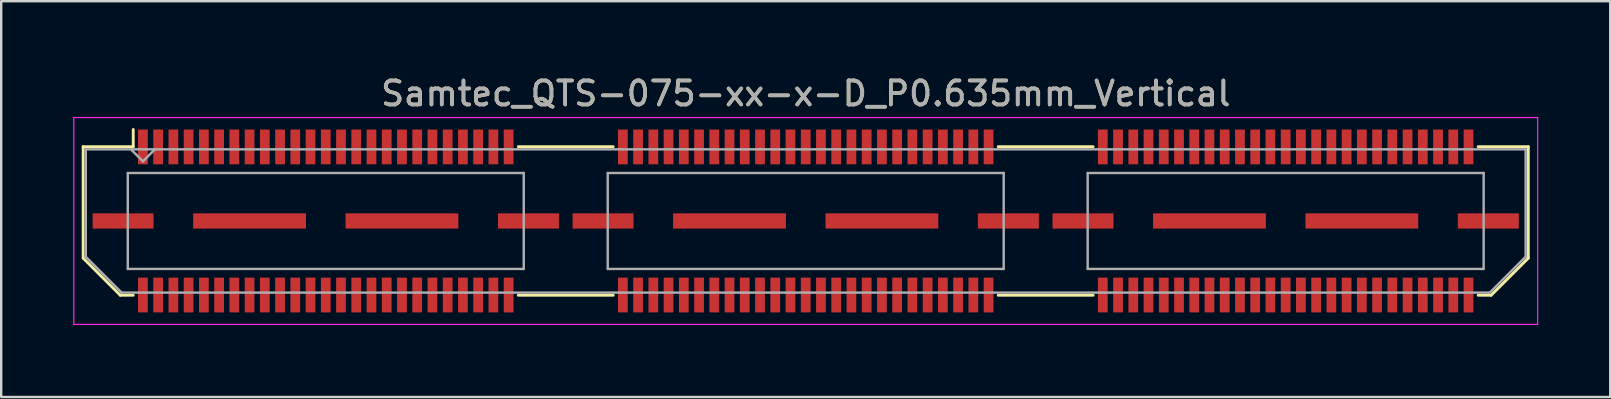
<source format=kicad_pcb>
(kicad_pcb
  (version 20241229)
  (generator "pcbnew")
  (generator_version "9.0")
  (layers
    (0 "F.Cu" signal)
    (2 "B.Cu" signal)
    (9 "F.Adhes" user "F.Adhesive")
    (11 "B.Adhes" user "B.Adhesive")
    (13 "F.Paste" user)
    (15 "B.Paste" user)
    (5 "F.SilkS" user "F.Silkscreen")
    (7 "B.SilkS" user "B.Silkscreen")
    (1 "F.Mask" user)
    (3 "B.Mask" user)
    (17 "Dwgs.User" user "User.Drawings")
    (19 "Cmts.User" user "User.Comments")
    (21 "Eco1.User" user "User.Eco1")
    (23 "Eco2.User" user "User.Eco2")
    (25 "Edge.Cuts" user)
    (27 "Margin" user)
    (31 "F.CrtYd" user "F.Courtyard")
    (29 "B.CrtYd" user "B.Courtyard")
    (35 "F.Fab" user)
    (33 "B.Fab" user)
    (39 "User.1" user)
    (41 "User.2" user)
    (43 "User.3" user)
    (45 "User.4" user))
  (footprint "Samtec_QTS-075-xx-x-D_P0.635mm_Vertical"
    (layer "F.Cu")
    (at 30.525 6.158)
    (property "Reference" "Samtec_QTS-075-xx-x-D_P0.635mm_Vertical" (at 0 -5.31 0) (layer "F.SilkS") (effects (font (size 1 1) (thickness 0.15))))
    (attr smd)
    (fp_line (start -30.11 -3.095) (end -30.11 1.548) (stroke (width 0.12) (type solid)) (layer "F.SilkS"))
    (fp_line (start -30.11 1.548) (end -28.562 3.095) (stroke (width 0.12) (type solid)) (layer "F.SilkS"))
    (fp_line (start -28.562 3.095) (end -28.023 3.095) (stroke (width 0.12) (type solid)) (layer "F.SilkS"))
    (fp_line (start -28.023 -3.811) (end -28.023 -3.095) (stroke (width 0.12) (type solid)) (layer "F.SilkS"))
    (fp_line (start -28.023 -3.095) (end -30.11 -3.095) (stroke (width 0.12) (type solid)) (layer "F.SilkS"))
    (fp_line (start -11.977 -3.095) (end -8.023 -3.095) (stroke (width 0.12) (type solid)) (layer "F.SilkS"))
    (fp_line (start -11.977 3.095) (end -8.023 3.095) (stroke (width 0.12) (type solid)) (layer "F.SilkS"))
    (fp_line (start 8.023 -3.095) (end 11.977 -3.095) (stroke (width 0.12) (type solid)) (layer "F.SilkS"))
    (fp_line (start 8.023 3.095) (end 11.977 3.095) (stroke (width 0.12) (type solid)) (layer "F.SilkS"))
    (fp_line (start 28.023 -3.095) (end 30.11 -3.095) (stroke (width 0.12) (type solid)) (layer "F.SilkS"))
    (fp_line (start 28.562 3.095) (end 28.023 3.095) (stroke (width 0.12) (type solid)) (layer "F.SilkS"))
    (fp_line (start 30.11 -3.095) (end 30.11 1.548) (stroke (width 0.12) (type solid)) (layer "F.SilkS"))
    (fp_line (start 30.11 1.548) (end 28.562 3.095) (stroke (width 0.12) (type solid)) (layer "F.SilkS"))
    (fp_line (start -30.5 -4.31) (end -30.5 4.31) (stroke (width 0.05) (type solid)) (layer "F.CrtYd"))
    (fp_line (start -30.5 4.31) (end 30.5 4.31) (stroke (width 0.05) (type solid)) (layer "F.CrtYd"))
    (fp_line (start 30.5 -4.31) (end -30.5 -4.31) (stroke (width 0.05) (type solid)) (layer "F.CrtYd"))
    (fp_line (start 30.5 4.31) (end 30.5 -4.31) (stroke (width 0.05) (type solid)) (layer "F.CrtYd"))
    (fp_line (start -30 -2.985) (end -30 1.492) (stroke (width 0.1) (type solid)) (layer "F.Fab"))
    (fp_line (start -30 -2.985) (end 30 -2.985) (stroke (width 0.1) (type solid)) (layer "F.Fab"))
    (fp_line (start -30 1.492) (end -28.508 2.985) (stroke (width 0.1) (type solid)) (layer "F.Fab"))
    (fp_line (start -28.508 2.985) (end 28.508 2.985) (stroke (width 0.1) (type solid)) (layer "F.Fab"))
    (fp_line (start -28.25 -2) (end -28.25 2) (stroke (width 0.1) (type solid)) (layer "F.Fab"))
    (fp_line (start -28.25 2) (end -11.75 2) (stroke (width 0.1) (type solid)) (layer "F.Fab"))
    (fp_line (start -27.62 -2.485) (end -28.12 -2.985) (stroke (width 0.1) (type solid)) (layer "F.Fab"))
    (fp_line (start -27.12 -2.985) (end -27.62 -2.485) (stroke (width 0.1) (type solid)) (layer "F.Fab"))
    (fp_line (start -11.75 -2) (end -28.25 -2) (stroke (width 0.1) (type solid)) (layer "F.Fab"))
    (fp_line (start -11.75 2) (end -11.75 -2) (stroke (width 0.1) (type solid)) (layer "F.Fab"))
    (fp_line (start -8.25 -2) (end -8.25 2) (stroke (width 0.1) (type solid)) (layer "F.Fab"))
    (fp_line (start -8.25 2) (end 8.25 2) (stroke (width 0.1) (type solid)) (layer "F.Fab"))
    (fp_line (start 8.25 -2) (end -8.25 -2) (stroke (width 0.1) (type solid)) (layer "F.Fab"))
    (fp_line (start 8.25 2) (end 8.25 -2) (stroke (width 0.1) (type solid)) (layer "F.Fab"))
    (fp_line (start 11.75 -2) (end 11.75 2) (stroke (width 0.1) (type solid)) (layer "F.Fab"))
    (fp_line (start 11.75 2) (end 28.25 2) (stroke (width 0.1) (type solid)) (layer "F.Fab"))
    (fp_line (start 28.25 -2) (end 11.75 -2) (stroke (width 0.1) (type solid)) (layer "F.Fab"))
    (fp_line (start 28.25 2) (end 28.25 -2) (stroke (width 0.1) (type solid)) (layer "F.Fab"))
    (fp_line (start 30 -2.985) (end 30 1.492) (stroke (width 0.1) (type solid)) (layer "F.Fab"))
    (fp_line (start 30 1.492) (end 28.508 2.985) (stroke (width 0.1) (type solid)) (layer "F.Fab"))
    (fp_text user "${REFERENCE}" (at 0 -5.31 0) (layer "F.Fab") (effects (font (size 1 1) (thickness 0.15))))
    (pad "1" smd rect (at -27.62 -3.086) (size 0.406 1.45) (layers "F.Cu" "F.Mask" "F.Paste"))
    (pad "2" smd rect (at -27.62 3.086) (size 0.406 1.45) (layers "F.Cu" "F.Mask" "F.Paste"))
    (pad "3" smd rect (at -26.985 -3.086) (size 0.406 1.45) (layers "F.Cu" "F.Mask" "F.Paste"))
    (pad "4" smd rect (at -26.985 3.086) (size 0.406 1.45) (layers "F.Cu" "F.Mask" "F.Paste"))
    (pad "5" smd rect (at -26.35 -3.086) (size 0.406 1.45) (layers "F.Cu" "F.Mask" "F.Paste"))
    (pad "6" smd rect (at -26.35 3.086) (size 0.406 1.45) (layers "F.Cu" "F.Mask" "F.Paste"))
    (pad "7" smd rect (at -25.715 -3.086) (size 0.406 1.45) (layers "F.Cu" "F.Mask" "F.Paste"))
    (pad "8" smd rect (at -25.715 3.086) (size 0.406 1.45) (layers "F.Cu" "F.Mask" "F.Paste"))
    (pad "9" smd rect (at -25.08 -3.086) (size 0.406 1.45) (layers "F.Cu" "F.Mask" "F.Paste"))
    (pad "10" smd rect (at -25.08 3.086) (size 0.406 1.45) (layers "F.Cu" "F.Mask" "F.Paste"))
    (pad "11" smd rect (at -24.445 -3.086) (size 0.406 1.45) (layers "F.Cu" "F.Mask" "F.Paste"))
    (pad "12" smd rect (at -24.445 3.086) (size 0.406 1.45) (layers "F.Cu" "F.Mask" "F.Paste"))
    (pad "13" smd rect (at -23.81 -3.086) (size 0.406 1.45) (layers "F.Cu" "F.Mask" "F.Paste"))
    (pad "14" smd rect (at -23.81 3.086) (size 0.406 1.45) (layers "F.Cu" "F.Mask" "F.Paste"))
    (pad "15" smd rect (at -23.175 -3.086) (size 0.406 1.45) (layers "F.Cu" "F.Mask" "F.Paste"))
    (pad "16" smd rect (at -23.175 3.086) (size 0.406 1.45) (layers "F.Cu" "F.Mask" "F.Paste"))
    (pad "17" smd rect (at -22.54 -3.086) (size 0.406 1.45) (layers "F.Cu" "F.Mask" "F.Paste"))
    (pad "18" smd rect (at -22.54 3.086) (size 0.406 1.45) (layers "F.Cu" "F.Mask" "F.Paste"))
    (pad "19" smd rect (at -21.905 -3.086) (size 0.406 1.45) (layers "F.Cu" "F.Mask" "F.Paste"))
    (pad "20" smd rect (at -21.905 3.086) (size 0.406 1.45) (layers "F.Cu" "F.Mask" "F.Paste"))
    (pad "21" smd rect (at -21.27 -3.086) (size 0.406 1.45) (layers "F.Cu" "F.Mask" "F.Paste"))
    (pad "22" smd rect (at -21.27 3.086) (size 0.406 1.45) (layers "F.Cu" "F.Mask" "F.Paste"))
    (pad "23" smd rect (at -20.635 -3.086) (size 0.406 1.45) (layers "F.Cu" "F.Mask" "F.Paste"))
    (pad "24" smd rect (at -20.635 3.086) (size 0.406 1.45) (layers "F.Cu" "F.Mask" "F.Paste"))
    (pad "25" smd rect (at -20 -3.086) (size 0.406 1.45) (layers "F.Cu" "F.Mask" "F.Paste"))
    (pad "26" smd rect (at -20 3.086) (size 0.406 1.45) (layers "F.Cu" "F.Mask" "F.Paste"))
    (pad "27" smd rect (at -19.365 -3.086) (size 0.406 1.45) (layers "F.Cu" "F.Mask" "F.Paste"))
    (pad "28" smd rect (at -19.365 3.086) (size 0.406 1.45) (layers "F.Cu" "F.Mask" "F.Paste"))
    (pad "29" smd rect (at -18.73 -3.086) (size 0.406 1.45) (layers "F.Cu" "F.Mask" "F.Paste"))
    (pad "30" smd rect (at -18.73 3.086) (size 0.406 1.45) (layers "F.Cu" "F.Mask" "F.Paste"))
    (pad "31" smd rect (at -18.095 -3.086) (size 0.406 1.45) (layers "F.Cu" "F.Mask" "F.Paste"))
    (pad "32" smd rect (at -18.095 3.086) (size 0.406 1.45) (layers "F.Cu" "F.Mask" "F.Paste"))
    (pad "33" smd rect (at -17.46 -3.086) (size 0.406 1.45) (layers "F.Cu" "F.Mask" "F.Paste"))
    (pad "34" smd rect (at -17.46 3.086) (size 0.406 1.45) (layers "F.Cu" "F.Mask" "F.Paste"))
    (pad "35" smd rect (at -16.825 -3.086) (size 0.406 1.45) (layers "F.Cu" "F.Mask" "F.Paste"))
    (pad "36" smd rect (at -16.825 3.086) (size 0.406 1.45) (layers "F.Cu" "F.Mask" "F.Paste"))
    (pad "37" smd rect (at -16.19 -3.086) (size 0.406 1.45) (layers "F.Cu" "F.Mask" "F.Paste"))
    (pad "38" smd rect (at -16.19 3.086) (size 0.406 1.45) (layers "F.Cu" "F.Mask" "F.Paste"))
    (pad "39" smd rect (at -15.555 -3.086) (size 0.406 1.45) (layers "F.Cu" "F.Mask" "F.Paste"))
    (pad "40" smd rect (at -15.555 3.086) (size 0.406 1.45) (layers "F.Cu" "F.Mask" "F.Paste"))
    (pad "41" smd rect (at -14.92 -3.086) (size 0.406 1.45) (layers "F.Cu" "F.Mask" "F.Paste"))
    (pad "42" smd rect (at -14.92 3.086) (size 0.406 1.45) (layers "F.Cu" "F.Mask" "F.Paste"))
    (pad "43" smd rect (at -14.285 -3.086) (size 0.406 1.45) (layers "F.Cu" "F.Mask" "F.Paste"))
    (pad "44" smd rect (at -14.285 3.086) (size 0.406 1.45) (layers "F.Cu" "F.Mask" "F.Paste"))
    (pad "45" smd rect (at -13.65 -3.086) (size 0.406 1.45) (layers "F.Cu" "F.Mask" "F.Paste"))
    (pad "46" smd rect (at -13.65 3.086) (size 0.406 1.45) (layers "F.Cu" "F.Mask" "F.Paste"))
    (pad "47" smd rect (at -13.015 -3.086) (size 0.406 1.45) (layers "F.Cu" "F.Mask" "F.Paste"))
    (pad "48" smd rect (at -13.015 3.086) (size 0.406 1.45) (layers "F.Cu" "F.Mask" "F.Paste"))
    (pad "49" smd rect (at -12.38 -3.086) (size 0.406 1.45) (layers "F.Cu" "F.Mask" "F.Paste"))
    (pad "50" smd rect (at -12.38 3.086) (size 0.406 1.45) (layers "F.Cu" "F.Mask" "F.Paste"))
    (pad "51" smd rect (at -7.62 -3.086) (size 0.406 1.45) (layers "F.Cu" "F.Mask" "F.Paste"))
    (pad "52" smd rect (at -7.62 3.086) (size 0.406 1.45) (layers "F.Cu" "F.Mask" "F.Paste"))
    (pad "53" smd rect (at -6.985 -3.086) (size 0.406 1.45) (layers "F.Cu" "F.Mask" "F.Paste"))
    (pad "54" smd rect (at -6.985 3.086) (size 0.406 1.45) (layers "F.Cu" "F.Mask" "F.Paste"))
    (pad "55" smd rect (at -6.35 -3.086) (size 0.406 1.45) (layers "F.Cu" "F.Mask" "F.Paste"))
    (pad "56" smd rect (at -6.35 3.086) (size 0.406 1.45) (layers "F.Cu" "F.Mask" "F.Paste"))
    (pad "57" smd rect (at -5.715 -3.086) (size 0.406 1.45) (layers "F.Cu" "F.Mask" "F.Paste"))
    (pad "58" smd rect (at -5.715 3.086) (size 0.406 1.45) (layers "F.Cu" "F.Mask" "F.Paste"))
    (pad "59" smd rect (at -5.08 -3.086) (size 0.406 1.45) (layers "F.Cu" "F.Mask" "F.Paste"))
    (pad "60" smd rect (at -5.08 3.086) (size 0.406 1.45) (layers "F.Cu" "F.Mask" "F.Paste"))
    (pad "61" smd rect (at -4.445 -3.086) (size 0.406 1.45) (layers "F.Cu" "F.Mask" "F.Paste"))
    (pad "62" smd rect (at -4.445 3.086) (size 0.406 1.45) (layers "F.Cu" "F.Mask" "F.Paste"))
    (pad "63" smd rect (at -3.81 -3.086) (size 0.406 1.45) (layers "F.Cu" "F.Mask" "F.Paste"))
    (pad "64" smd rect (at -3.81 3.086) (size 0.406 1.45) (layers "F.Cu" "F.Mask" "F.Paste"))
    (pad "65" smd rect (at -3.175 -3.086) (size 0.406 1.45) (layers "F.Cu" "F.Mask" "F.Paste"))
    (pad "66" smd rect (at -3.175 3.086) (size 0.406 1.45) (layers "F.Cu" "F.Mask" "F.Paste"))
    (pad "67" smd rect (at -2.54 -3.086) (size 0.406 1.45) (layers "F.Cu" "F.Mask" "F.Paste"))
    (pad "68" smd rect (at -2.54 3.086) (size 0.406 1.45) (layers "F.Cu" "F.Mask" "F.Paste"))
    (pad "69" smd rect (at -1.905 -3.086) (size 0.406 1.45) (layers "F.Cu" "F.Mask" "F.Paste"))
    (pad "70" smd rect (at -1.905 3.086) (size 0.406 1.45) (layers "F.Cu" "F.Mask" "F.Paste"))
    (pad "71" smd rect (at -1.27 -3.086) (size 0.406 1.45) (layers "F.Cu" "F.Mask" "F.Paste"))
    (pad "72" smd rect (at -1.27 3.086) (size 0.406 1.45) (layers "F.Cu" "F.Mask" "F.Paste"))
    (pad "73" smd rect (at -0.635 -3.086) (size 0.406 1.45) (layers "F.Cu" "F.Mask" "F.Paste"))
    (pad "74" smd rect (at -0.635 3.086) (size 0.406 1.45) (layers "F.Cu" "F.Mask" "F.Paste"))
    (pad "75" smd rect (at 0 -3.086) (size 0.406 1.45) (layers "F.Cu" "F.Mask" "F.Paste"))
    (pad "76" smd rect (at 0 3.086) (size 0.406 1.45) (layers "F.Cu" "F.Mask" "F.Paste"))
    (pad "77" smd rect (at 0.635 -3.086) (size 0.406 1.45) (layers "F.Cu" "F.Mask" "F.Paste"))
    (pad "78" smd rect (at 0.635 3.086) (size 0.406 1.45) (layers "F.Cu" "F.Mask" "F.Paste"))
    (pad "79" smd rect (at 1.27 -3.086) (size 0.406 1.45) (layers "F.Cu" "F.Mask" "F.Paste"))
    (pad "80" smd rect (at 1.27 3.086) (size 0.406 1.45) (layers "F.Cu" "F.Mask" "F.Paste"))
    (pad "81" smd rect (at 1.905 -3.086) (size 0.406 1.45) (layers "F.Cu" "F.Mask" "F.Paste"))
    (pad "82" smd rect (at 1.905 3.086) (size 0.406 1.45) (layers "F.Cu" "F.Mask" "F.Paste"))
    (pad "83" smd rect (at 2.54 -3.086) (size 0.406 1.45) (layers "F.Cu" "F.Mask" "F.Paste"))
    (pad "84" smd rect (at 2.54 3.086) (size 0.406 1.45) (layers "F.Cu" "F.Mask" "F.Paste"))
    (pad "85" smd rect (at 3.175 -3.086) (size 0.406 1.45) (layers "F.Cu" "F.Mask" "F.Paste"))
    (pad "86" smd rect (at 3.175 3.086) (size 0.406 1.45) (layers "F.Cu" "F.Mask" "F.Paste"))
    (pad "87" smd rect (at 3.81 -3.086) (size 0.406 1.45) (layers "F.Cu" "F.Mask" "F.Paste"))
    (pad "88" smd rect (at 3.81 3.086) (size 0.406 1.45) (layers "F.Cu" "F.Mask" "F.Paste"))
    (pad "89" smd rect (at 4.445 -3.086) (size 0.406 1.45) (layers "F.Cu" "F.Mask" "F.Paste"))
    (pad "90" smd rect (at 4.445 3.086) (size 0.406 1.45) (layers "F.Cu" "F.Mask" "F.Paste"))
    (pad "91" smd rect (at 5.08 -3.086) (size 0.406 1.45) (layers "F.Cu" "F.Mask" "F.Paste"))
    (pad "92" smd rect (at 5.08 3.086) (size 0.406 1.45) (layers "F.Cu" "F.Mask" "F.Paste"))
    (pad "93" smd rect (at 5.715 -3.086) (size 0.406 1.45) (layers "F.Cu" "F.Mask" "F.Paste"))
    (pad "94" smd rect (at 5.715 3.086) (size 0.406 1.45) (layers "F.Cu" "F.Mask" "F.Paste"))
    (pad "95" smd rect (at 6.35 -3.086) (size 0.406 1.45) (layers "F.Cu" "F.Mask" "F.Paste"))
    (pad "96" smd rect (at 6.35 3.086) (size 0.406 1.45) (layers "F.Cu" "F.Mask" "F.Paste"))
    (pad "97" smd rect (at 6.985 -3.086) (size 0.406 1.45) (layers "F.Cu" "F.Mask" "F.Paste"))
    (pad "98" smd rect (at 6.985 3.086) (size 0.406 1.45) (layers "F.Cu" "F.Mask" "F.Paste"))
    (pad "99" smd rect (at 7.62 -3.086) (size 0.406 1.45) (layers "F.Cu" "F.Mask" "F.Paste"))
    (pad "100" smd rect (at 7.62 3.086) (size 0.406 1.45) (layers "F.Cu" "F.Mask" "F.Paste"))
    (pad "101" smd rect (at 12.38 -3.086) (size 0.406 1.45) (layers "F.Cu" "F.Mask" "F.Paste"))
    (pad "102" smd rect (at 12.38 3.086) (size 0.406 1.45) (layers "F.Cu" "F.Mask" "F.Paste"))
    (pad "103" smd rect (at 13.015 -3.086) (size 0.406 1.45) (layers "F.Cu" "F.Mask" "F.Paste"))
    (pad "104" smd rect (at 13.015 3.086) (size 0.406 1.45) (layers "F.Cu" "F.Mask" "F.Paste"))
    (pad "105" smd rect (at 13.65 -3.086) (size 0.406 1.45) (layers "F.Cu" "F.Mask" "F.Paste"))
    (pad "106" smd rect (at 13.65 3.086) (size 0.406 1.45) (layers "F.Cu" "F.Mask" "F.Paste"))
    (pad "107" smd rect (at 14.285 -3.086) (size 0.406 1.45) (layers "F.Cu" "F.Mask" "F.Paste"))
    (pad "108" smd rect (at 14.285 3.086) (size 0.406 1.45) (layers "F.Cu" "F.Mask" "F.Paste"))
    (pad "109" smd rect (at 14.92 -3.086) (size 0.406 1.45) (layers "F.Cu" "F.Mask" "F.Paste"))
    (pad "110" smd rect (at 14.92 3.086) (size 0.406 1.45) (layers "F.Cu" "F.Mask" "F.Paste"))
    (pad "111" smd rect (at 15.555 -3.086) (size 0.406 1.45) (layers "F.Cu" "F.Mask" "F.Paste"))
    (pad "112" smd rect (at 15.555 3.086) (size 0.406 1.45) (layers "F.Cu" "F.Mask" "F.Paste"))
    (pad "113" smd rect (at 16.19 -3.086) (size 0.406 1.45) (layers "F.Cu" "F.Mask" "F.Paste"))
    (pad "114" smd rect (at 16.19 3.086) (size 0.406 1.45) (layers "F.Cu" "F.Mask" "F.Paste"))
    (pad "115" smd rect (at 16.825 -3.086) (size 0.406 1.45) (layers "F.Cu" "F.Mask" "F.Paste"))
    (pad "116" smd rect (at 16.825 3.086) (size 0.406 1.45) (layers "F.Cu" "F.Mask" "F.Paste"))
    (pad "117" smd rect (at 17.46 -3.086) (size 0.406 1.45) (layers "F.Cu" "F.Mask" "F.Paste"))
    (pad "118" smd rect (at 17.46 3.086) (size 0.406 1.45) (layers "F.Cu" "F.Mask" "F.Paste"))
    (pad "119" smd rect (at 18.095 -3.086) (size 0.406 1.45) (layers "F.Cu" "F.Mask" "F.Paste"))
    (pad "120" smd rect (at 18.095 3.086) (size 0.406 1.45) (layers "F.Cu" "F.Mask" "F.Paste"))
    (pad "121" smd rect (at 18.73 -3.086) (size 0.406 1.45) (layers "F.Cu" "F.Mask" "F.Paste"))
    (pad "122" smd rect (at 18.73 3.086) (size 0.406 1.45) (layers "F.Cu" "F.Mask" "F.Paste"))
    (pad "123" smd rect (at 19.365 -3.086) (size 0.406 1.45) (layers "F.Cu" "F.Mask" "F.Paste"))
    (pad "124" smd rect (at 19.365 3.086) (size 0.406 1.45) (layers "F.Cu" "F.Mask" "F.Paste"))
    (pad "125" smd rect (at 20 -3.086) (size 0.406 1.45) (layers "F.Cu" "F.Mask" "F.Paste"))
    (pad "126" smd rect (at 20 3.086) (size 0.406 1.45) (layers "F.Cu" "F.Mask" "F.Paste"))
    (pad "127" smd rect (at 20.635 -3.086) (size 0.406 1.45) (layers "F.Cu" "F.Mask" "F.Paste"))
    (pad "128" smd rect (at 20.635 3.086) (size 0.406 1.45) (layers "F.Cu" "F.Mask" "F.Paste"))
    (pad "129" smd rect (at 21.27 -3.086) (size 0.406 1.45) (layers "F.Cu" "F.Mask" "F.Paste"))
    (pad "130" smd rect (at 21.27 3.086) (size 0.406 1.45) (layers "F.Cu" "F.Mask" "F.Paste"))
    (pad "131" smd rect (at 21.905 -3.086) (size 0.406 1.45) (layers "F.Cu" "F.Mask" "F.Paste"))
    (pad "132" smd rect (at 21.905 3.086) (size 0.406 1.45) (layers "F.Cu" "F.Mask" "F.Paste"))
    (pad "133" smd rect (at 22.54 -3.086) (size 0.406 1.45) (layers "F.Cu" "F.Mask" "F.Paste"))
    (pad "134" smd rect (at 22.54 3.086) (size 0.406 1.45) (layers "F.Cu" "F.Mask" "F.Paste"))
    (pad "135" smd rect (at 23.175 -3.086) (size 0.406 1.45) (layers "F.Cu" "F.Mask" "F.Paste"))
    (pad "136" smd rect (at 23.175 3.086) (size 0.406 1.45) (layers "F.Cu" "F.Mask" "F.Paste"))
    (pad "137" smd rect (at 23.81 -3.086) (size 0.406 1.45) (layers "F.Cu" "F.Mask" "F.Paste"))
    (pad "138" smd rect (at 23.81 3.086) (size 0.406 1.45) (layers "F.Cu" "F.Mask" "F.Paste"))
    (pad "139" smd rect (at 24.445 -3.086) (size 0.406 1.45) (layers "F.Cu" "F.Mask" "F.Paste"))
    (pad "140" smd rect (at 24.445 3.086) (size 0.406 1.45) (layers "F.Cu" "F.Mask" "F.Paste"))
    (pad "141" smd rect (at 25.08 -3.086) (size 0.406 1.45) (layers "F.Cu" "F.Mask" "F.Paste"))
    (pad "142" smd rect (at 25.08 3.086) (size 0.406 1.45) (layers "F.Cu" "F.Mask" "F.Paste"))
    (pad "143" smd rect (at 25.715 -3.086) (size 0.406 1.45) (layers "F.Cu" "F.Mask" "F.Paste"))
    (pad "144" smd rect (at 25.715 3.086) (size 0.406 1.45) (layers "F.Cu" "F.Mask" "F.Paste"))
    (pad "145" smd rect (at 26.35 -3.086) (size 0.406 1.45) (layers "F.Cu" "F.Mask" "F.Paste"))
    (pad "146" smd rect (at 26.35 3.086) (size 0.406 1.45) (layers "F.Cu" "F.Mask" "F.Paste"))
    (pad "147" smd rect (at 26.985 -3.086) (size 0.406 1.45) (layers "F.Cu" "F.Mask" "F.Paste"))
    (pad "148" smd rect (at 26.985 3.086) (size 0.406 1.45) (layers "F.Cu" "F.Mask" "F.Paste"))
    (pad "149" smd rect (at 27.62 -3.086) (size 0.406 1.45) (layers "F.Cu" "F.Mask" "F.Paste"))
    (pad "150" smd rect (at 27.62 3.086) (size 0.406 1.45) (layers "F.Cu" "F.Mask" "F.Paste"))
    (pad "151" smd rect (at -28.445 0) (size 2.54 0.635) (layers "F.Cu" "F.Mask" "F.Paste"))
    (pad "152" smd rect (at -23.175 0) (size 4.7 0.635) (layers "F.Cu" "F.Mask" "F.Paste"))
    (pad "153" smd rect (at -16.825 0) (size 4.7 0.635) (layers "F.Cu" "F.Mask" "F.Paste"))
    (pad "154" smd rect (at -11.555 0) (size 2.54 0.635) (layers "F.Cu" "F.Mask" "F.Paste"))
    (pad "155" smd rect (at -8.445 0) (size 2.54 0.635) (layers "F.Cu" "F.Mask" "F.Paste"))
    (pad "156" smd rect (at -3.175 0) (size 4.7 0.635) (layers "F.Cu" "F.Mask" "F.Paste"))
    (pad "157" smd rect (at 3.175 0) (size 4.7 0.635) (layers "F.Cu" "F.Mask" "F.Paste"))
    (pad "158" smd rect (at 8.445 0) (size 2.54 0.635) (layers "F.Cu" "F.Mask" "F.Paste"))
    (pad "159" smd rect (at 11.555 0) (size 2.54 0.635) (layers "F.Cu" "F.Mask" "F.Paste"))
    (pad "160" smd rect (at 16.825 0) (size 4.7 0.635) (layers "F.Cu" "F.Mask" "F.Paste"))
    (pad "161" smd rect (at 23.175 0) (size 4.7 0.635) (layers "F.Cu" "F.Mask" "F.Paste"))
    (pad "162" smd rect (at 28.445 0) (size 2.54 0.635) (layers "F.Cu" "F.Mask" "F.Paste")))
  (gr_rect
    (start -3 -3)
    (end 64.05 13.493)
    (stroke (width 0.1) (type default))
    (fill no)
    (layer "Edge.Cuts")))
</source>
